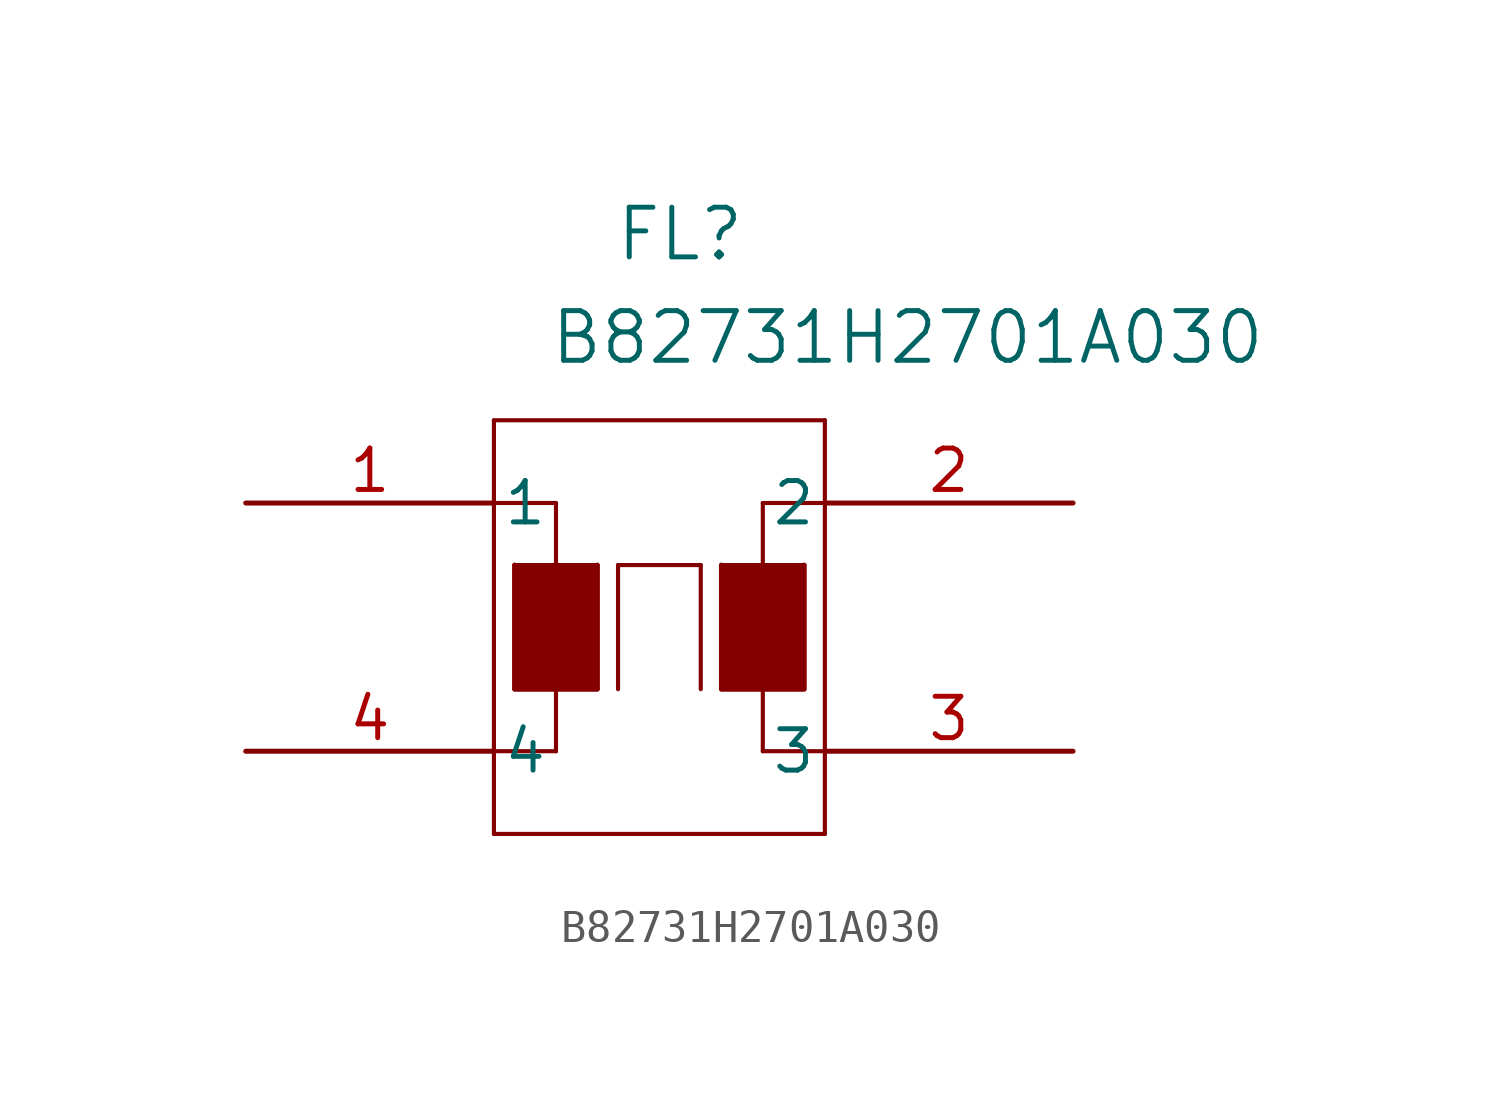
<source format=kicad_sym>
(kicad_symbol_lib
  (version 20211014)
  (generator kicad_symbol_editor)
  (symbol "B82731H2701A030"
    (pin_names
      (offset 0.254))
    (property "Reference" "FL"
      (at 13.335 8.255 0)
      (effects (font (size 1.524 1.524))))
    (property "Value" "B82731H2701A030"
      (at 20.32 5.08 0)
      (effects (font (size 1.524 1.524))))
    (symbol "B82731H2701A030_0_1"
      (polyline (pts (xy 7.62 2.54) (xy 7.62 -10.16)) (stroke (width 0.127) (type default) (color 0 0 0 0)) (fill (type none)))
      (polyline (pts (xy 7.62 -10.16) (xy 17.78 -10.16)) (stroke (width 0.127) (type default) (color 0 0 0 0)) (fill (type none)))
      (polyline (pts (xy 17.78 -10.16) (xy 17.78 2.54)) (stroke (width 0.127) (type default) (color 0 0 0 0)) (fill (type none)))
      (polyline (pts (xy 17.78 2.54) (xy 7.62 2.54)) (stroke (width 0.127) (type default) (color 0 0 0 0)) (fill (type none)))
      (polyline (pts (xy 7.62 0) (xy 9.525 0)) (stroke (width 0.127) (type default) (color 0 0 0 0)) (fill (type none)))
      (polyline (pts (xy 7.62 -7.62) (xy 9.525 -7.62)) (stroke (width 0.127) (type default) (color 0 0 0 0)) (fill (type none)))
      (polyline (pts (xy 9.525 0) (xy 9.525 -7.62)) (stroke (width 0.127) (type default) (color 0 0 0 0)) (fill (type none)))
      (polyline (pts (xy 8.255 -1.905) (xy 10.795 -1.905)) (stroke (width 0.127) (type default) (color 0 0 0 0)) (fill (type none)))
      (polyline (pts (xy 8.255 -5.715) (xy 10.795 -5.715)) (stroke (width 0.127) (type default) (color 0 0 0 0)) (fill (type none)))
      (polyline (pts (xy 10.795 -1.905) (xy 10.795 -5.715)) (stroke (width 0.127) (type default) (color 0 0 0 0)) (fill (type none)))
      (polyline (pts (xy 8.255 -1.905) (xy 8.255 -5.715)) (stroke (width 0.127) (type default) (color 0 0 0 0)) (fill (type none)))
      (polyline (pts (xy 8.255 -1.905) (xy 8.255 -5.715) (xy 10.795 -5.715) (xy 10.795 -1.905)) (stroke (width 0) (type default) (color 0 0 0 0)) (fill (type outline)))
      (polyline (pts (xy 17.78 0) (xy 15.875 0)) (stroke (width 0.127) (type default) (color 0 0 0 0)) (fill (type none)))
      (polyline (pts (xy 17.78 -7.62) (xy 15.875 -7.62)) (stroke (width 0.127) (type default) (color 0 0 0 0)) (fill (type none)))
      (polyline (pts (xy 15.875 0) (xy 15.875 -7.62)) (stroke (width 0.127) (type default) (color 0 0 0 0)) (fill (type none)))
      (polyline (pts (xy 17.145 -1.905) (xy 14.605 -1.905)) (stroke (width 0.127) (type default) (color 0 0 0 0)) (fill (type none)))
      (polyline (pts (xy 17.145 -5.715) (xy 14.605 -5.715)) (stroke (width 0.127) (type default) (color 0 0 0 0)) (fill (type none)))
      (polyline (pts (xy 14.605 -1.905) (xy 14.605 -5.715)) (stroke (width 0.127) (type default) (color 0 0 0 0)) (fill (type none)))
      (polyline (pts (xy 17.145 -1.905) (xy 17.145 -5.715)) (stroke (width 0.127) (type default) (color 0 0 0 0)) (fill (type none)))
      (polyline (pts (xy 17.145 -1.905) (xy 17.145 -5.715) (xy 14.605 -5.715) (xy 14.605 -1.905)) (stroke (width 0) (type default) (color 0 0 0 0)) (fill (type outline)))
      (polyline (pts (xy 11.43 -5.715) (xy 11.43 -1.905)) (stroke (width 0.127) (type default) (color 0 0 0 0)) (fill (type none)))
      (polyline (pts (xy 11.43 -1.905) (xy 13.97 -1.905)) (stroke (width 0.127) (type default) (color 0 0 0 0)) (fill (type none)))
      (polyline (pts (xy 13.97 -1.905) (xy 13.97 -5.715)) (stroke (width 0.127) (type default) (color 0 0 0 0)) (fill (type none)))
      (pin unspecified line (at 0 0 0) (length 7.62) (name "1" (effects (font (size 1.27 1.27)))) (number "1" (effects (font (size 1.27 1.27)))))
      (pin unspecified line (at 25.4 0 180) (length 7.62) (name "2" (effects (font (size 1.27 1.27)))) (number "2" (effects (font (size 1.27 1.27)))))
      (pin unspecified line (at 25.4 -7.62 180) (length 7.62) (name "3" (effects (font (size 1.27 1.27)))) (number "3" (effects (font (size 1.27 1.27)))))
      (pin unspecified line (at 0 -7.62 0) (length 7.62) (name "4" (effects (font (size 1.27 1.27)))) (number "4" (effects (font (size 1.27 1.27))))))))
</source>
